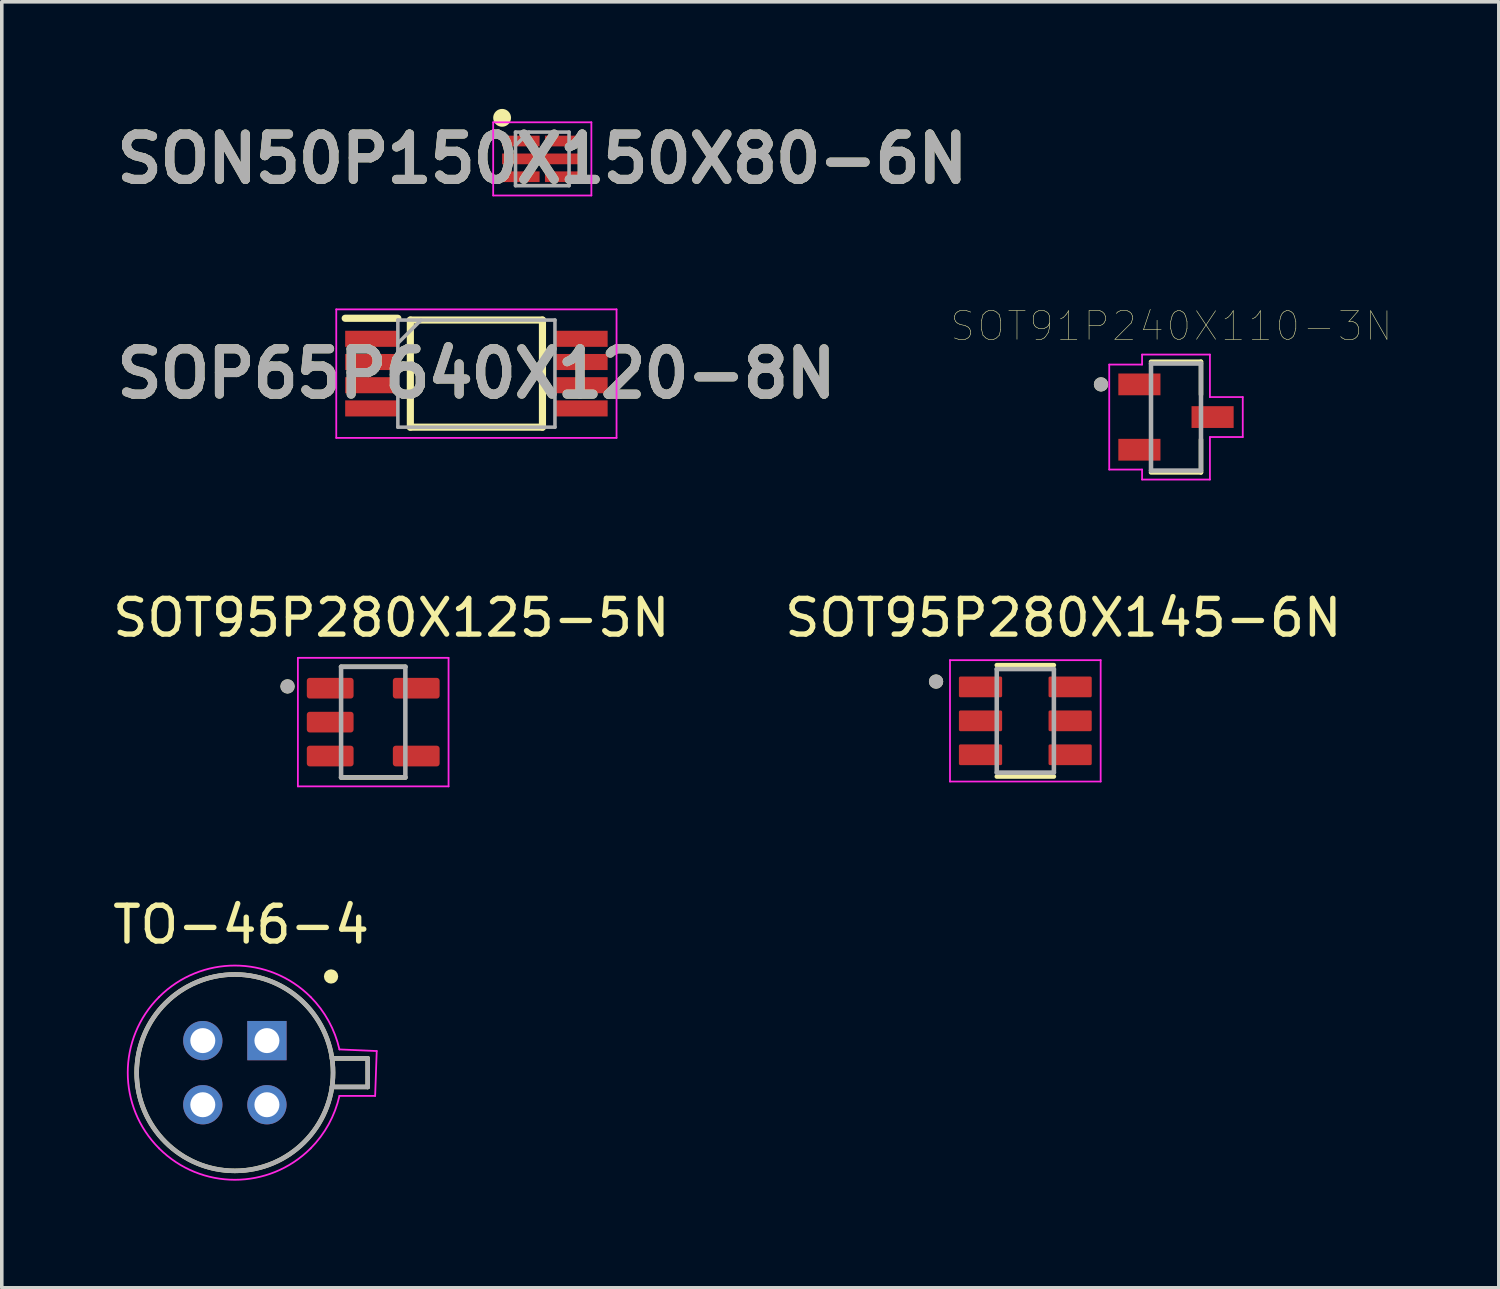
<source format=kicad_pcb>
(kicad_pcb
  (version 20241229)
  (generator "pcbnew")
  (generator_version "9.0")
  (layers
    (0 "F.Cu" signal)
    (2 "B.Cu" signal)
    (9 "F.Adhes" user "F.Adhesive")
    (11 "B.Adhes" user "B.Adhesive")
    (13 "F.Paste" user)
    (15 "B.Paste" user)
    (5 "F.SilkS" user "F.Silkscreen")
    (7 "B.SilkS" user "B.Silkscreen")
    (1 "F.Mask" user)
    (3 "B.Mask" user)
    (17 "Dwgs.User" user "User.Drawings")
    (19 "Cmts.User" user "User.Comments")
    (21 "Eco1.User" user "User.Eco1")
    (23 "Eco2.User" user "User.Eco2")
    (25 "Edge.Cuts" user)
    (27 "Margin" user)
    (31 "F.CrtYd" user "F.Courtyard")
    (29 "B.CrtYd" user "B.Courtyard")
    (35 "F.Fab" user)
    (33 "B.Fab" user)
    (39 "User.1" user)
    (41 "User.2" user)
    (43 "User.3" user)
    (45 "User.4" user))
  (footprint "SOP65P640X120-8N"
    (layer "F.Cu")
    (at 10.293 7.414)
    (property "Reference" "SOP65P640X120-8N" (at 0 0 0) (layer "F.SilkS") (effects (font (size 1.27 1.27) (thickness 0.254))))
    (attr smd)
    (fp_line (start -3.675 -1.55) (end -2.2 -1.55) (stroke (width 0.2) (type solid)) (layer "F.SilkS"))
    (fp_line (start -1.85 -1.5) (end 1.85 -1.5) (stroke (width 0.2) (type solid)) (layer "F.SilkS"))
    (fp_line (start -1.85 1.5) (end -1.85 -1.5) (stroke (width 0.2) (type solid)) (layer "F.SilkS"))
    (fp_line (start 1.85 -1.5) (end 1.85 1.5) (stroke (width 0.2) (type solid)) (layer "F.SilkS"))
    (fp_line (start 1.85 1.5) (end -1.85 1.5) (stroke (width 0.2) (type solid)) (layer "F.SilkS"))
    (fp_line (start -3.925 -1.8) (end 3.925 -1.8) (stroke (width 0.05) (type solid)) (layer "F.CrtYd"))
    (fp_line (start -3.925 1.8) (end -3.925 -1.8) (stroke (width 0.05) (type solid)) (layer "F.CrtYd"))
    (fp_line (start 3.925 -1.8) (end 3.925 1.8) (stroke (width 0.05) (type solid)) (layer "F.CrtYd"))
    (fp_line (start 3.925 1.8) (end -3.925 1.8) (stroke (width 0.05) (type solid)) (layer "F.CrtYd"))
    (fp_line (start -2.2 -1.5) (end 2.2 -1.5) (stroke (width 0.1) (type solid)) (layer "F.Fab"))
    (fp_line (start -2.2 -0.85) (end -1.55 -1.5) (stroke (width 0.1) (type solid)) (layer "F.Fab"))
    (fp_line (start -2.2 1.5) (end -2.2 -1.5) (stroke (width 0.1) (type solid)) (layer "F.Fab"))
    (fp_line (start 2.2 -1.5) (end 2.2 1.5) (stroke (width 0.1) (type solid)) (layer "F.Fab"))
    (fp_line (start 2.2 1.5) (end -2.2 1.5) (stroke (width 0.1) (type solid)) (layer "F.Fab"))
    (fp_text user "${REFERENCE}" (at 0 0 0) (layer "F.Fab") (effects (font (size 1.27 1.27) (thickness 0.254))))
    (pad "1" smd rect (at -2.938 -0.975 90) (size 0.45 1.475) (layers "F.Cu" "F.Mask" "F.Paste"))
    (pad "2" smd rect (at -2.938 -0.325 90) (size 0.45 1.475) (layers "F.Cu" "F.Mask" "F.Paste"))
    (pad "3" smd rect (at -2.938 0.325 90) (size 0.45 1.475) (layers "F.Cu" "F.Mask" "F.Paste"))
    (pad "4" smd rect (at -2.938 0.975 90) (size 0.45 1.475) (layers "F.Cu" "F.Mask" "F.Paste"))
    (pad "5" smd rect (at 2.938 0.975 90) (size 0.45 1.475) (layers "F.Cu" "F.Mask" "F.Paste"))
    (pad "6" smd rect (at 2.938 0.325 90) (size 0.45 1.475) (layers "F.Cu" "F.Mask" "F.Paste"))
    (pad "7" smd rect (at 2.938 -0.325 90) (size 0.45 1.475) (layers "F.Cu" "F.Mask" "F.Paste"))
    (pad "8" smd rect (at 2.938 -0.975 90) (size 0.45 1.475) (layers "F.Cu" "F.Mask" "F.Paste")))
  (footprint "SON50P150X150X80-6N"
    (layer "F.Cu")
    (at 12.138 1.4)
    (property "Reference" "SON50P150X150X80-6N" (at 0 0 0) (layer "F.SilkS") (effects (font (size 1.27 1.27) (thickness 0.254))))
    (attr smd)
    (fp_circle (center -1.125 -1.15) (end -1.125 -1.025) (stroke (width 0.25) (type solid)) (fill no) (layer "F.SilkS"))
    (fp_line (start -1.375 -1.025) (end 1.375 -1.025) (stroke (width 0.05) (type solid)) (layer "F.CrtYd"))
    (fp_line (start -1.375 1.025) (end -1.375 -1.025) (stroke (width 0.05) (type solid)) (layer "F.CrtYd"))
    (fp_line (start 1.375 -1.025) (end 1.375 1.025) (stroke (width 0.05) (type solid)) (layer "F.CrtYd"))
    (fp_line (start 1.375 1.025) (end -1.375 1.025) (stroke (width 0.05) (type solid)) (layer "F.CrtYd"))
    (fp_line (start -0.75 -0.75) (end 0.75 -0.75) (stroke (width 0.1) (type solid)) (layer "F.Fab"))
    (fp_line (start -0.75 -0.375) (end -0.375 -0.75) (stroke (width 0.1) (type solid)) (layer "F.Fab"))
    (fp_line (start -0.75 0.75) (end -0.75 -0.75) (stroke (width 0.1) (type solid)) (layer "F.Fab"))
    (fp_line (start 0.75 -0.75) (end 0.75 0.75) (stroke (width 0.1) (type solid)) (layer "F.Fab"))
    (fp_line (start 0.75 0.75) (end -0.75 0.75) (stroke (width 0.1) (type solid)) (layer "F.Fab"))
    (fp_text user "${REFERENCE}" (at 0 0 0) (layer "F.Fab") (effects (font (size 1.27 1.27) (thickness 0.254))))
    (pad "1" smd rect (at -0.6 -0.5 90) (size 0.3 1.05) (layers "F.Cu" "F.Mask" "F.Paste"))
    (pad "2" smd rect (at -0.6 0 90) (size 0.3 1.05) (layers "F.Cu" "F.Mask" "F.Paste"))
    (pad "3" smd rect (at -0.6 0.5 90) (size 0.3 1.05) (layers "F.Cu" "F.Mask" "F.Paste"))
    (pad "4" smd rect (at 0.6 0.5 90) (size 0.3 1.05) (layers "F.Cu" "F.Mask" "F.Paste"))
    (pad "5" smd rect (at 0.6 0 90) (size 0.3 1.05) (layers "F.Cu" "F.Mask" "F.Paste"))
    (pad "6" smd rect (at 0.6 -0.5 90) (size 0.3 1.05) (layers "F.Cu" "F.Mask" "F.Paste")))
  (footprint "SOT95P280X145-6N"
    (layer "F.Cu")
    (at 25.667 17.139)
    (property "Reference" "SOT95P280X145-6N" (at 1.065 -2.885 0) (layer "F.SilkS") (effects (font (size 1 1) (thickness 0.15))))
    (attr through_hole)
    (fp_line (start -0.8 -1.56) (end 0.8 -1.56) (stroke (width 0.127) (type solid)) (layer "F.SilkS"))
    (fp_line (start -0.8 1.56) (end 0.8 1.56) (stroke (width 0.127) (type solid)) (layer "F.SilkS"))
    (fp_circle (center -2.5 -1.1) (end -2.4 -1.1) (stroke (width 0.2) (type solid)) (fill no) (layer "F.SilkS"))
    (fp_line (start -2.11 -1.7) (end -2.11 1.7) (stroke (width 0.05) (type solid)) (layer "F.CrtYd"))
    (fp_line (start -2.11 1.7) (end 2.11 1.7) (stroke (width 0.05) (type solid)) (layer "F.CrtYd"))
    (fp_line (start 2.11 -1.7) (end -2.11 -1.7) (stroke (width 0.05) (type solid)) (layer "F.CrtYd"))
    (fp_line (start 2.11 1.7) (end 2.11 -1.7) (stroke (width 0.05) (type solid)) (layer "F.CrtYd"))
    (fp_line (start -0.8 -1.45) (end 0.8 -1.45) (stroke (width 0.127) (type solid)) (layer "F.Fab"))
    (fp_line (start -0.8 1.45) (end -0.8 -1.45) (stroke (width 0.127) (type solid)) (layer "F.Fab"))
    (fp_line (start 0.8 -1.45) (end 0.8 1.45) (stroke (width 0.127) (type solid)) (layer "F.Fab"))
    (fp_line (start 0.8 1.45) (end -0.8 1.45) (stroke (width 0.127) (type solid)) (layer "F.Fab"))
    (fp_circle (center -2.5 -1.1) (end -2.4 -1.1) (stroke (width 0.2) (type solid)) (fill no) (layer "F.Fab"))
    (pad "1" smd roundrect (at -1.255 -0.95) (size 1.21 0.58) (layers "F.Cu" "F.Mask" "F.Paste") (roundrect_rratio 0.07))
    (pad "2" smd roundrect (at -1.255 0) (size 1.21 0.58) (layers "F.Cu" "F.Mask" "F.Paste") (roundrect_rratio 0.07))
    (pad "3" smd roundrect (at -1.255 0.95) (size 1.21 0.58) (layers "F.Cu" "F.Mask" "F.Paste") (roundrect_rratio 0.07))
    (pad "4" smd roundrect (at 1.255 0.95) (size 1.21 0.58) (layers "F.Cu" "F.Mask" "F.Paste") (roundrect_rratio 0.07))
    (pad "5" smd roundrect (at 1.255 0) (size 1.21 0.58) (layers "F.Cu" "F.Mask" "F.Paste") (roundrect_rratio 0.07))
    (pad "6" smd roundrect (at 1.255 -0.95) (size 1.21 0.58) (layers "F.Cu" "F.Mask" "F.Paste") (roundrect_rratio 0.07)))
  (footprint "SOT95P280X125-5N"
    (layer "F.Cu")
    (at 7.403 17.175)
    (property "Reference" "SOT95P280X125-5N" (at 0.508 -2.921 0) (layer "F.SilkS") (effects (font (size 1 1) (thickness 0.15))))
    (attr through_hole)
    (fp_line (start -0.9 -1.55) (end 0.9 -1.55) (stroke (width 0.127) (type solid)) (layer "F.SilkS"))
    (fp_line (start 0.9 1.55) (end -0.9 1.55) (stroke (width 0.127) (type solid)) (layer "F.SilkS"))
    (fp_circle (center -2.4 -1) (end -2.3 -1) (stroke (width 0.2) (type solid)) (fill no) (layer "F.SilkS"))
    (fp_line (start -2.11 -1.8) (end 2.11 -1.8) (stroke (width 0.05) (type solid)) (layer "F.CrtYd"))
    (fp_line (start -2.11 1.8) (end -2.11 -1.8) (stroke (width 0.05) (type solid)) (layer "F.CrtYd"))
    (fp_line (start 2.11 -1.8) (end 2.11 1.8) (stroke (width 0.05) (type solid)) (layer "F.CrtYd"))
    (fp_line (start 2.11 1.8) (end -2.11 1.8) (stroke (width 0.05) (type solid)) (layer "F.CrtYd"))
    (fp_line (start -0.9 -1.55) (end 0.9 -1.55) (stroke (width 0.127) (type solid)) (layer "F.Fab"))
    (fp_line (start -0.9 1.55) (end -0.9 -1.55) (stroke (width 0.127) (type solid)) (layer "F.Fab"))
    (fp_line (start 0.9 -1.55) (end 0.9 1.55) (stroke (width 0.127) (type solid)) (layer "F.Fab"))
    (fp_line (start 0.9 1.55) (end -0.9 1.55) (stroke (width 0.127) (type solid)) (layer "F.Fab"))
    (fp_circle (center -2.4 -1) (end -2.3 -1) (stroke (width 0.2) (type solid)) (fill no) (layer "F.Fab"))
    (pad "1" smd roundrect (at -1.205 -0.95) (size 1.31 0.58) (layers "F.Cu" "F.Mask" "F.Paste") (roundrect_rratio 0.14))
    (pad "2" smd roundrect (at -1.205 0) (size 1.31 0.58) (layers "F.Cu" "F.Mask" "F.Paste") (roundrect_rratio 0.14))
    (pad "3" smd roundrect (at -1.205 0.95) (size 1.31 0.58) (layers "F.Cu" "F.Mask" "F.Paste") (roundrect_rratio 0.14))
    (pad "4" smd roundrect (at 1.205 0.95) (size 1.31 0.58) (layers "F.Cu" "F.Mask" "F.Paste") (roundrect_rratio 0.14))
    (pad "5" smd roundrect (at 1.205 -0.95) (size 1.31 0.58) (layers "F.Cu" "F.Mask" "F.Paste") (roundrect_rratio 0.14)))
  (footprint "TO-46-4"
    (layer "F.Cu")
    (at 3.528 26.993)
    (property "Reference" "TO-46-4" (at 0.175 -4.143 0) (layer "F.SilkS") (effects (font (size 1.002 1.002) (thickness 0.15))))
    (attr through_hole)
    (fp_line (start 2.721 -0.4) (end 3.721 -0.4) (stroke (width 0.127) (type solid)) (layer "F.SilkS"))
    (fp_line (start 3.721 -0.4) (end 3.721 0.4) (stroke (width 0.127) (type solid)) (layer "F.SilkS"))
    (fp_line (start 3.721 0.4) (end 2.721 0.4) (stroke (width 0.127) (type solid)) (layer "F.SilkS"))
    (fp_circle (center 0 0) (end 2.75 0) (stroke (width 0.127) (type solid)) (fill no) (layer "F.SilkS"))
    (fp_circle (center 2.694 -2.694) (end 2.794 -2.694) (stroke (width 0.2) (type solid)) (fill no) (layer "F.SilkS"))
    (fp_line (start 2.929 -0.651) (end 3.973 -0.606) (stroke (width 0.05) (type solid)) (layer "F.CrtYd"))
    (fp_line (start 3.929 0.651) (end 2.929 0.651) (stroke (width 0.05) (type solid)) (layer "F.CrtYd"))
    (fp_line (start 3.973 -0.606) (end 3.929 0.651) (stroke (width 0.05) (type solid)) (layer "F.CrtYd"))
    (fp_arc (start -2.12132 -2.12132) (mid 0 -3) (end 2.12132 -2.12132) (stroke (width 0.05) (type solid)) (layer "F.CrtYd"))
    (fp_arc (start -2.12132 2.12132) (mid -3 0) (end -2.12132 -2.12132) (stroke (width 0.05) (type solid)) (layer "F.CrtYd"))
    (fp_arc (start 2.12132 -2.12132) (mid 2.628428 -1.442673) (end 2.92883 -0.650537) (stroke (width 0.05) (type solid)) (layer "F.CrtYd"))
    (fp_arc (start 2.12132 2.12132) (mid 0 3) (end -2.12132 2.12132) (stroke (width 0.05) (type solid)) (layer "F.CrtYd"))
    (fp_arc (start 2.92883 0.650537) (mid 2.628427 1.442672) (end 2.12132 2.12132) (stroke (width 0.05) (type solid)) (layer "F.CrtYd"))
    (fp_line (start 2.721 -0.4) (end 3.721 -0.4) (stroke (width 0.127) (type solid)) (layer "F.Fab"))
    (fp_line (start 3.721 -0.4) (end 3.721 0.4) (stroke (width 0.127) (type solid)) (layer "F.Fab"))
    (fp_line (start 3.721 0.4) (end 2.721 0.4) (stroke (width 0.127) (type solid)) (layer "F.Fab"))
    (fp_circle (center 0 0) (end 2.75 0) (stroke (width 0.127) (type solid)) (fill no) (layer "F.Fab"))
    (fp_circle (center 0.898 -0.898) (end 0.998 -0.898) (stroke (width 0.2) (type solid)) (fill no) (layer "F.Fab"))
    (pad "1" thru_hole rect (at 0.898 -0.898) (size 1.1 1.1) (drill 0.7) (layers "*.Cu" "*.Mask"))
    (pad "2" thru_hole circle (at -0.898 -0.898) (size 1.1 1.1) (drill 0.7) (layers "*.Cu" "*.Mask"))
    (pad "3" thru_hole circle (at -0.898 0.898) (size 1.1 1.1) (drill 0.7) (layers "*.Cu" "*.Mask"))
    (pad "4" thru_hole circle (at 0.898 0.898) (size 1.1 1.1) (drill 0.7) (layers "*.Cu" "*.Mask")))
  (footprint "SOT91P240X110-3N"
    (layer "F.Cu")
    (at 29.887 8.631)
    (property "Reference" "SOT91P240X110-3N" (at -0.13 -2.548 0) (layer "F.SilkS") (effects (font (size 0.8 0.8) (thickness 0.015))))
    (attr through_hole)
    (fp_line (start -0.7 -1.55) (end 0.7 -1.55) (stroke (width 0.127) (type solid)) (layer "F.SilkS"))
    (fp_line (start 0.7 -1.55) (end 0.7 -0.63) (stroke (width 0.127) (type solid)) (layer "F.SilkS"))
    (fp_line (start 0.7 0.63) (end 0.7 1.55) (stroke (width 0.127) (type solid)) (layer "F.SilkS"))
    (fp_line (start 0.7 1.55) (end -0.7 1.55) (stroke (width 0.127) (type solid)) (layer "F.SilkS"))
    (fp_circle (center -2.1 -0.915) (end -2 -0.915) (stroke (width 0.2) (type solid)) (fill no) (layer "F.SilkS"))
    (fp_line (start -1.87 -1.47) (end -0.95 -1.47) (stroke (width 0.05) (type solid)) (layer "F.CrtYd"))
    (fp_line (start -1.87 1.47) (end -1.87 -1.47) (stroke (width 0.05) (type solid)) (layer "F.CrtYd"))
    (fp_line (start -0.95 -1.75) (end 0.95 -1.75) (stroke (width 0.05) (type solid)) (layer "F.CrtYd"))
    (fp_line (start -0.95 -1.47) (end -0.95 -1.75) (stroke (width 0.05) (type solid)) (layer "F.CrtYd"))
    (fp_line (start -0.95 1.47) (end -1.87 1.47) (stroke (width 0.05) (type solid)) (layer "F.CrtYd"))
    (fp_line (start -0.95 1.75) (end -0.95 1.47) (stroke (width 0.05) (type solid)) (layer "F.CrtYd"))
    (fp_line (start 0.95 -1.75) (end 0.95 -0.56) (stroke (width 0.05) (type solid)) (layer "F.CrtYd"))
    (fp_line (start 0.95 -0.56) (end 1.87 -0.56) (stroke (width 0.05) (type solid)) (layer "F.CrtYd"))
    (fp_line (start 0.95 0.56) (end 0.95 1.75) (stroke (width 0.05) (type solid)) (layer "F.CrtYd"))
    (fp_line (start 0.95 1.75) (end -0.95 1.75) (stroke (width 0.05) (type solid)) (layer "F.CrtYd"))
    (fp_line (start 1.87 -0.56) (end 1.87 0.56) (stroke (width 0.05) (type solid)) (layer "F.CrtYd"))
    (fp_line (start 1.87 0.56) (end 0.95 0.56) (stroke (width 0.05) (type solid)) (layer "F.CrtYd"))
    (fp_line (start -0.7 -1.5) (end 0.7 -1.5) (stroke (width 0.127) (type solid)) (layer "F.Fab"))
    (fp_line (start -0.7 1.5) (end -0.7 -1.5) (stroke (width 0.127) (type solid)) (layer "F.Fab"))
    (fp_line (start 0.7 -1.5) (end 0.7 1.5) (stroke (width 0.127) (type solid)) (layer "F.Fab"))
    (fp_line (start 0.7 1.5) (end -0.7 1.5) (stroke (width 0.127) (type solid)) (layer "F.Fab"))
    (fp_circle (center -2.1 -0.915) (end -2 -0.915) (stroke (width 0.2) (type solid)) (fill no) (layer "F.Fab"))
    (pad "1" smd rect (at -1.025 -0.915) (size 1.18 0.61) (layers "F.Cu" "F.Mask" "F.Paste"))
    (pad "2" smd rect (at -1.025 0.915) (size 1.18 0.61) (layers "F.Cu" "F.Mask" "F.Paste"))
    (pad "3" smd rect (at 1.025 0) (size 1.18 0.61) (layers "F.Cu" "F.Mask" "F.Paste")))
  (gr_rect
    (start -3 -3)
    (end 38.928 33.018)
    (stroke (width 0.1) (type default))
    (fill no)
    (layer "Edge.Cuts")))
</source>
